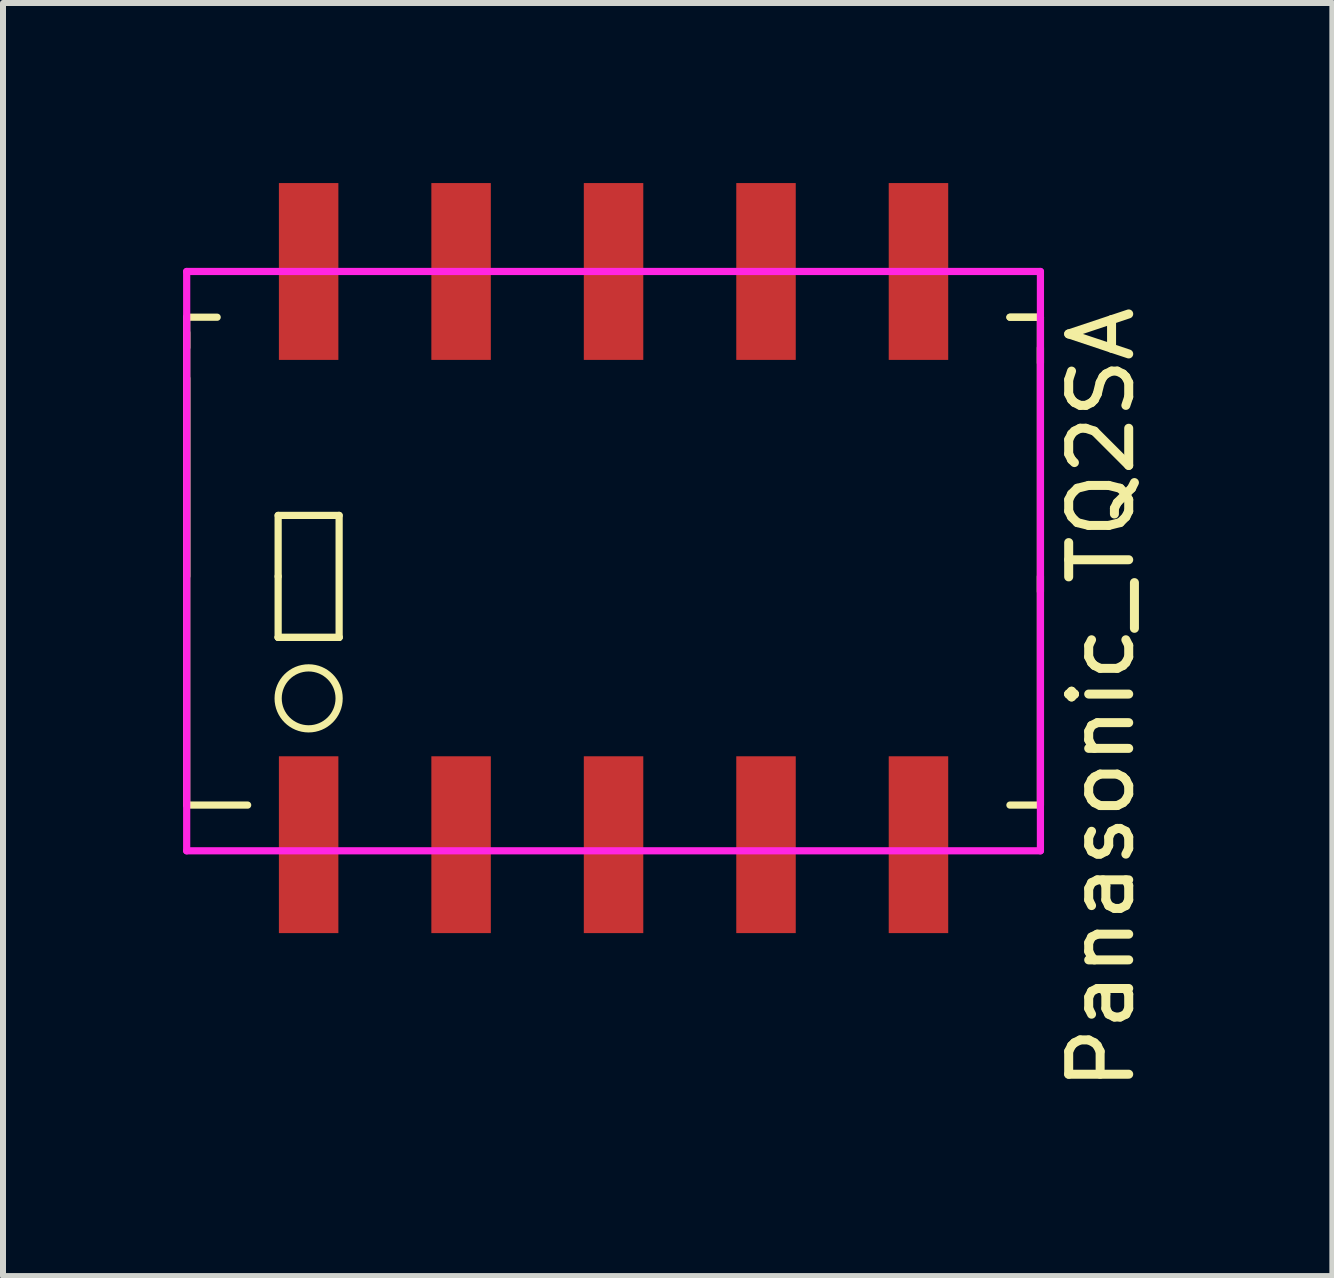
<source format=kicad_pcb>
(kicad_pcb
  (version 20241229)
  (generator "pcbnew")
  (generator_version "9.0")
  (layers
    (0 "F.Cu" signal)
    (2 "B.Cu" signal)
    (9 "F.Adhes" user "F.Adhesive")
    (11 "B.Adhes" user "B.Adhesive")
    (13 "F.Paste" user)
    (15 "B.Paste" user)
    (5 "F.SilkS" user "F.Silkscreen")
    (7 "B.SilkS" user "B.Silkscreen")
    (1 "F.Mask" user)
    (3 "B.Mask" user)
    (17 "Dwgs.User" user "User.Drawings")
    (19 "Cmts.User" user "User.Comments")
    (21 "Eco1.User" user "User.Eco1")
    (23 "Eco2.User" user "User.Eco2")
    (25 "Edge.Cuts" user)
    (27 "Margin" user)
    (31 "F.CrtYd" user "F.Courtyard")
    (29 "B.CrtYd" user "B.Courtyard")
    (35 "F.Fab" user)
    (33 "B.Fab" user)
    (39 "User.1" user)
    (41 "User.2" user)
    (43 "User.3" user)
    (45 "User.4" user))
  (footprint "Panasonic_TQ2SA"
    (layer "F.Cu")
    (at 7.172 6.553)
    (property "Reference" "Panasonic_TQ2SA" (at 8.128 2.032 90) (layer "F.SilkS") (effects (font (size 1 1) (thickness 0.15))))
    (attr through_hole)
    (fp_line (start -7.112 -4.318) (end -6.604 -4.318) (stroke (width 0.12) (type solid)) (layer "F.SilkS"))
    (fp_line (start -7.112 -3.81) (end -7.112 -4.064) (stroke (width 0.12) (type solid)) (layer "F.SilkS"))
    (fp_line (start -7.112 -3.302) (end -7.112 3.81) (stroke (width 0.12) (type solid)) (layer "F.SilkS"))
    (fp_line (start -7.112 0) (end -7.112 -4.318) (stroke (width 0.12) (type solid)) (layer "F.SilkS"))
    (fp_line (start -7.112 3.81) (end -6.096 3.81) (stroke (width 0.12) (type solid)) (layer "F.SilkS"))
    (fp_line (start -5.588 -1.016) (end -5.588 0) (stroke (width 0.12) (type solid)) (layer "F.SilkS"))
    (fp_line (start -5.588 0) (end -5.588 1.016) (stroke (width 0.12) (type solid)) (layer "F.SilkS"))
    (fp_line (start -5.588 1.016) (end -4.572 1.016) (stroke (width 0.12) (type solid)) (layer "F.SilkS"))
    (fp_line (start -4.572 -1.016) (end -5.588 -1.016) (stroke (width 0.12) (type solid)) (layer "F.SilkS"))
    (fp_line (start -4.572 1.016) (end -5.588 1.016) (stroke (width 0.12) (type solid)) (layer "F.SilkS"))
    (fp_line (start -4.572 1.016) (end -4.572 -1.016) (stroke (width 0.12) (type solid)) (layer "F.SilkS"))
    (fp_line (start 6.604 -4.318) (end 7.112 -4.318) (stroke (width 0.12) (type solid)) (layer "F.SilkS"))
    (fp_line (start 7.112 -4.318) (end 6.604 -4.318) (stroke (width 0.12) (type solid)) (layer "F.SilkS"))
    (fp_line (start 7.112 -4.318) (end 7.112 -3.556) (stroke (width 0.12) (type solid)) (layer "F.SilkS"))
    (fp_line (start 7.112 0) (end 7.112 3.81) (stroke (width 0.12) (type solid)) (layer "F.SilkS"))
    (fp_line (start 7.112 0.254) (end 7.112 -3.81) (stroke (width 0.12) (type solid)) (layer "F.SilkS"))
    (fp_line (start 7.112 3.81) (end 6.604 3.81) (stroke (width 0.12) (type solid)) (layer "F.SilkS"))
    (fp_circle (center -5.08 2.032) (end -4.572 2.032) (stroke (width 0.12) (type solid)) (fill no) (layer "F.SilkS"))
    (fp_line (start -7.112 -5.08) (end -7.112 4.572) (stroke (width 0.12) (type solid)) (layer "F.CrtYd"))
    (fp_line (start -7.112 4.572) (end 7.112 4.572) (stroke (width 0.12) (type solid)) (layer "F.CrtYd"))
    (fp_line (start 7.112 -5.08) (end -7.112 -5.08) (stroke (width 0.12) (type solid)) (layer "F.CrtYd"))
    (fp_line (start 7.112 4.572) (end 7.112 -5.08) (stroke (width 0.12) (type solid)) (layer "F.CrtYd"))
    (pad "1" smd rect (at -5.08 4.47) (size 0.991 2.946) (layers "F.Cu" "F.Mask" "F.Paste"))
    (pad "2" smd rect (at -2.54 4.47) (size 0.991 2.946) (layers "F.Cu" "F.Mask" "F.Paste"))
    (pad "3" smd rect (at 0 4.47) (size 0.991 2.946) (layers "F.Cu" "F.Mask" "F.Paste"))
    (pad "4" smd rect (at 2.54 4.47) (size 0.991 2.946) (layers "F.Cu" "F.Mask" "F.Paste"))
    (pad "5" smd rect (at 5.08 -5.08) (size 0.991 2.946) (layers "F.Cu" "F.Mask" "F.Paste"))
    (pad "6" smd rect (at 5.08 4.47) (size 0.991 2.946) (layers "F.Cu" "F.Mask" "F.Paste"))
    (pad "7" smd rect (at 2.54 -5.08) (size 0.991 2.946) (layers "F.Cu" "F.Mask" "F.Paste"))
    (pad "8" smd rect (at 0 -5.08) (size 0.991 2.946) (layers "F.Cu" "F.Mask" "F.Paste"))
    (pad "9" smd rect (at -2.54 -5.08) (size 0.991 2.946) (layers "F.Cu" "F.Mask" "F.Paste"))
    (pad "10" smd rect (at -5.08 -5.08) (size 0.991 2.946) (layers "F.Cu" "F.Mask" "F.Paste")))
  (gr_rect
    (start -3 -3)
    (end 19.148 18.21)
    (stroke (width 0.1) (type default))
    (fill no)
    (layer "Edge.Cuts")))
</source>
